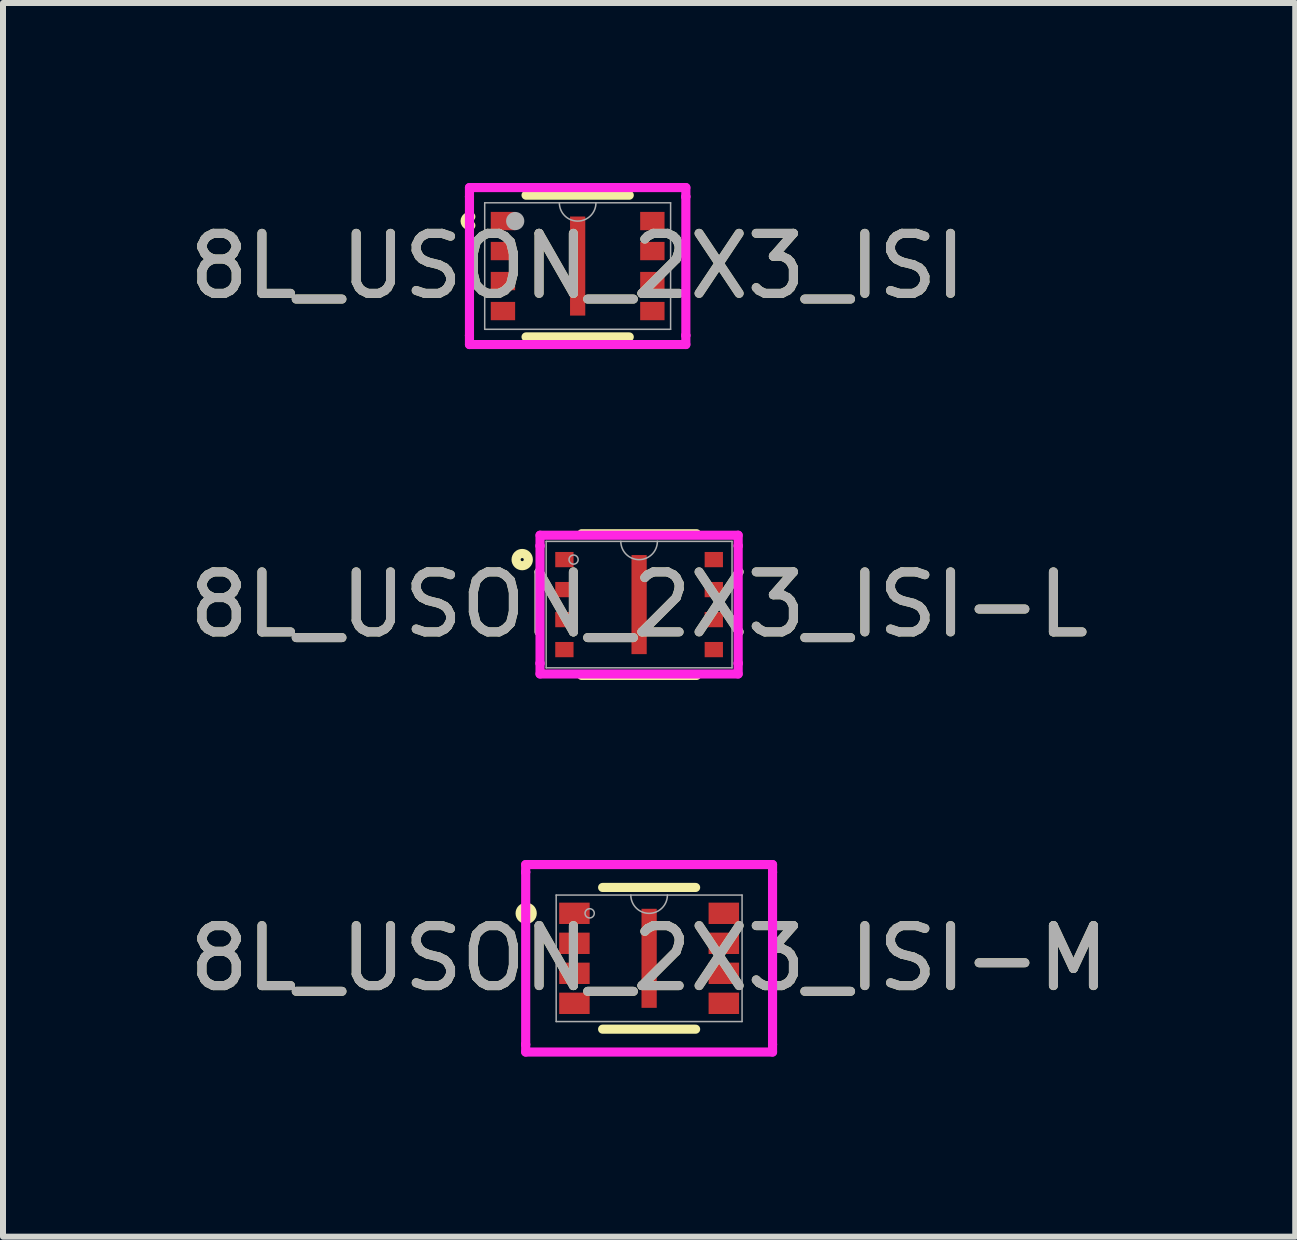
<source format=kicad_pcb>
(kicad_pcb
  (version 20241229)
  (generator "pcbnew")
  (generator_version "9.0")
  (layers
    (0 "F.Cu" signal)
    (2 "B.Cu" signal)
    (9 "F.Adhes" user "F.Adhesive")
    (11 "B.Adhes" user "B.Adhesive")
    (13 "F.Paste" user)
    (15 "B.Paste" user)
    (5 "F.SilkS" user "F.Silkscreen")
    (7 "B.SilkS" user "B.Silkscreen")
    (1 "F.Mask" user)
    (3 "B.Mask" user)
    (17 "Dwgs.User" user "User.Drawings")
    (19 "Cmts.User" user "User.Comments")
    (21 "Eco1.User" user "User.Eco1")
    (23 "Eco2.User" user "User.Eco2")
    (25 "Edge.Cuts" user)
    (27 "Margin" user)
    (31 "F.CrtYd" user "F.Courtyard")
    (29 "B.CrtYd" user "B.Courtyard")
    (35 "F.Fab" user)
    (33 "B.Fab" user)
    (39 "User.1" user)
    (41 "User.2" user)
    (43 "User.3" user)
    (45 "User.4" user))
  (footprint "8L_USON_2X3_ISI"
    (layer "F.Cu")
    (at 6.577 1.384)
    (property "Reference" "8L_USON_2X3_ISI" (at 0 0 0) (unlocked yes) (layer "F.SilkS") (effects (font (size 1 1) (thickness 0.15))))
    (attr smd)
    (fp_line (start -0.86 1.181) (end 0.86 1.181) (stroke (width 0.152) (type solid)) (layer "F.SilkS"))
    (fp_line (start 0.86 -1.181) (end -0.86 -1.181) (stroke (width 0.152) (type solid)) (layer "F.SilkS"))
    (fp_arc (start -1.78054 -0.676171) (mid -1.8756 -0.75) (end -1.78054 -0.823829) (stroke (width 0.1524) (type solid)) (layer "F.SilkS"))
    (fp_line (start -1.803 -1.308) (end 1.803 -1.308) (stroke (width 0.152) (type solid)) (layer "F.CrtYd"))
    (fp_line (start -1.803 -1.156) (end -1.803 -1.308) (stroke (width 0.152) (type solid)) (layer "F.CrtYd"))
    (fp_line (start -1.803 -1.156) (end -1.803 -1.156) (stroke (width 0.152) (type solid)) (layer "F.CrtYd"))
    (fp_line (start -1.803 1.156) (end -1.803 -1.156) (stroke (width 0.152) (type solid)) (layer "F.CrtYd"))
    (fp_line (start -1.803 1.156) (end -1.803 1.156) (stroke (width 0.152) (type solid)) (layer "F.CrtYd"))
    (fp_line (start -1.803 1.308) (end -1.803 1.156) (stroke (width 0.152) (type solid)) (layer "F.CrtYd"))
    (fp_line (start 1.803 -1.308) (end 1.803 -1.156) (stroke (width 0.152) (type solid)) (layer "F.CrtYd"))
    (fp_line (start 1.803 -1.156) (end 1.803 -1.156) (stroke (width 0.152) (type solid)) (layer "F.CrtYd"))
    (fp_line (start 1.803 -1.156) (end 1.803 1.156) (stroke (width 0.152) (type solid)) (layer "F.CrtYd"))
    (fp_line (start 1.803 1.156) (end 1.803 1.156) (stroke (width 0.152) (type solid)) (layer "F.CrtYd"))
    (fp_line (start 1.803 1.156) (end 1.803 1.308) (stroke (width 0.152) (type solid)) (layer "F.CrtYd"))
    (fp_line (start 1.803 1.308) (end -1.803 1.308) (stroke (width 0.152) (type solid)) (layer "F.CrtYd"))
    (fp_line (start -1.549 -1.054) (end -1.549 1.054) (stroke (width 0.025) (type solid)) (layer "F.Fab"))
    (fp_line (start -1.549 1.054) (end 1.549 1.054) (stroke (width 0.025) (type solid)) (layer "F.Fab"))
    (fp_line (start 1.549 -1.054) (end -1.549 -1.054) (stroke (width 0.025) (type solid)) (layer "F.Fab"))
    (fp_line (start 1.549 1.054) (end 1.549 -1.054) (stroke (width 0.025) (type solid)) (layer "F.Fab"))
    (fp_arc (start 0.3048 -1.0541) (mid 0 -0.7493) (end -0.3048 -1.0541) (stroke (width 0.0254) (type solid)) (layer "F.Fab"))
    (fp_circle (center -1.041 -0.75) (end -1.041 -0.75) (stroke (width 0.152) (type solid)) (fill no) (layer "F.Fab"))
    (fp_text user "${REFERENCE}" (at 0 0 0) (unlocked yes) (layer "F.Fab") (effects (font (size 1 1) (thickness 0.15))))
    (pad "1" smd rect (at -1.245 -0.75) (size 0.406 0.305) (layers "F.Cu" "F.Mask" "F.Paste"))
    (pad "2" smd rect (at -1.245 -0.25) (size 0.406 0.305) (layers "F.Cu" "F.Mask" "F.Paste"))
    (pad "3" smd rect (at -1.245 0.25) (size 0.406 0.305) (layers "F.Cu" "F.Mask" "F.Paste"))
    (pad "4" smd rect (at -1.245 0.75) (size 0.406 0.305) (layers "F.Cu" "F.Mask" "F.Paste"))
    (pad "5" smd rect (at 1.245 0.75) (size 0.406 0.305) (layers "F.Cu" "F.Mask" "F.Paste"))
    (pad "6" smd rect (at 1.245 0.25) (size 0.406 0.305) (layers "F.Cu" "F.Mask" "F.Paste"))
    (pad "7" smd rect (at 1.245 -0.25) (size 0.406 0.305) (layers "F.Cu" "F.Mask" "F.Paste"))
    (pad "8" smd rect (at 1.245 -0.75) (size 0.406 0.305) (layers "F.Cu" "F.Mask" "F.Paste"))
    (pad "9" smd rect (at 0 0) (size 0.254 1.651) (layers "F.Cu" "F.Mask" "F.Paste")))
  (footprint "8L_USON_2X3_ISI-M"
    (layer "F.Cu")
    (at 7.768 12.921)
    (property "Reference" "8L_USON_2X3_ISI-M" (at 0 0 0) (unlocked yes) (layer "F.SilkS") (effects (font (size 1 1) (thickness 0.15))))
    (attr smd)
    (fp_line (start -0.775 1.181) (end 0.775 1.181) (stroke (width 0.152) (type solid)) (layer "F.SilkS"))
    (fp_line (start 0.775 -1.181) (end -0.775 -1.181) (stroke (width 0.152) (type solid)) (layer "F.SilkS"))
    (fp_circle (center -2.049 -0.75) (end -1.948 -0.75) (stroke (width 0.152) (type solid)) (fill no) (layer "F.SilkS"))
    (fp_line (start -2.057 -1.562) (end 2.057 -1.562) (stroke (width 0.152) (type solid)) (layer "F.CrtYd"))
    (fp_line (start -2.057 -1.436) (end -2.057 -1.562) (stroke (width 0.152) (type solid)) (layer "F.CrtYd"))
    (fp_line (start -2.057 -1.436) (end -2.057 -1.436) (stroke (width 0.152) (type solid)) (layer "F.CrtYd"))
    (fp_line (start -2.057 1.436) (end -2.057 -1.436) (stroke (width 0.152) (type solid)) (layer "F.CrtYd"))
    (fp_line (start -2.057 1.436) (end -2.057 1.436) (stroke (width 0.152) (type solid)) (layer "F.CrtYd"))
    (fp_line (start -2.057 1.562) (end -2.057 1.436) (stroke (width 0.152) (type solid)) (layer "F.CrtYd"))
    (fp_line (start 2.057 -1.562) (end 2.057 -1.436) (stroke (width 0.152) (type solid)) (layer "F.CrtYd"))
    (fp_line (start 2.057 -1.436) (end 2.057 -1.436) (stroke (width 0.152) (type solid)) (layer "F.CrtYd"))
    (fp_line (start 2.057 -1.436) (end 2.057 1.436) (stroke (width 0.152) (type solid)) (layer "F.CrtYd"))
    (fp_line (start 2.057 1.436) (end 2.057 1.436) (stroke (width 0.152) (type solid)) (layer "F.CrtYd"))
    (fp_line (start 2.057 1.436) (end 2.057 1.562) (stroke (width 0.152) (type solid)) (layer "F.CrtYd"))
    (fp_line (start 2.057 1.562) (end -2.057 1.562) (stroke (width 0.152) (type solid)) (layer "F.CrtYd"))
    (fp_line (start -1.549 -1.054) (end -1.549 1.054) (stroke (width 0.025) (type solid)) (layer "F.Fab"))
    (fp_line (start -1.549 1.054) (end 1.549 1.054) (stroke (width 0.025) (type solid)) (layer "F.Fab"))
    (fp_line (start 1.549 -1.054) (end -1.549 -1.054) (stroke (width 0.025) (type solid)) (layer "F.Fab"))
    (fp_line (start 1.549 1.054) (end 1.549 -1.054) (stroke (width 0.025) (type solid)) (layer "F.Fab"))
    (fp_arc (start 0.3048 -1.0541) (mid 0 -0.7493) (end -0.3048 -1.0541) (stroke (width 0.0254) (type solid)) (layer "F.Fab"))
    (fp_circle (center -0.991 -0.75) (end -0.914 -0.75) (stroke (width 0.025) (type solid)) (fill no) (layer "F.Fab"))
    (fp_text user "${REFERENCE}" (at 0 0 0) (unlocked yes) (layer "F.Fab") (effects (font (size 1 1) (thickness 0.15))))
    (pad "1" smd rect (at -1.245 -0.75) (size 0.508 0.356) (layers "F.Cu" "F.Mask" "F.Paste"))
    (pad "2" smd rect (at -1.245 -0.25) (size 0.508 0.356) (layers "F.Cu" "F.Mask" "F.Paste"))
    (pad "3" smd rect (at -1.245 0.25) (size 0.508 0.356) (layers "F.Cu" "F.Mask" "F.Paste"))
    (pad "4" smd rect (at -1.245 0.75) (size 0.508 0.356) (layers "F.Cu" "F.Mask" "F.Paste"))
    (pad "5" smd rect (at 1.245 0.75) (size 0.508 0.356) (layers "F.Cu" "F.Mask" "F.Paste"))
    (pad "6" smd rect (at 1.245 0.25) (size 0.508 0.356) (layers "F.Cu" "F.Mask" "F.Paste"))
    (pad "7" smd rect (at 1.245 -0.25) (size 0.508 0.356) (layers "F.Cu" "F.Mask" "F.Paste"))
    (pad "8" smd rect (at 1.245 -0.75) (size 0.508 0.356) (layers "F.Cu" "F.Mask" "F.Paste"))
    (pad "9" smd rect (at 0 0) (size 0.254 1.651) (layers "F.Cu" "F.Mask" "F.Paste")))
  (footprint "8L_USON_2X3_ISI-L"
    (layer "F.Cu")
    (at 7.601 7.026)
    (property "Reference" "8L_USON_2X3_ISI-L" (at 0 0 0) (unlocked yes) (layer "F.SilkS") (effects (font (size 1 1) (thickness 0.15))))
    (attr smd)
    (fp_line (start -0.957 1.181) (end 0.957 1.181) (stroke (width 0.152) (type solid)) (layer "F.SilkS"))
    (fp_line (start 0.957 -1.181) (end -0.957 -1.181) (stroke (width 0.152) (type solid)) (layer "F.SilkS"))
    (fp_circle (center -1.948 -0.75) (end -1.846 -0.75) (stroke (width 0.152) (type solid)) (fill no) (layer "F.SilkS"))
    (fp_line (start -1.651 -1.156) (end 1.651 -1.156) (stroke (width 0.152) (type solid)) (layer "F.CrtYd"))
    (fp_line (start -1.651 -0.979) (end -1.651 -1.156) (stroke (width 0.152) (type solid)) (layer "F.CrtYd"))
    (fp_line (start -1.651 -0.979) (end -1.651 -0.979) (stroke (width 0.152) (type solid)) (layer "F.CrtYd"))
    (fp_line (start -1.651 0.979) (end -1.651 -0.979) (stroke (width 0.152) (type solid)) (layer "F.CrtYd"))
    (fp_line (start -1.651 0.979) (end -1.651 0.979) (stroke (width 0.152) (type solid)) (layer "F.CrtYd"))
    (fp_line (start -1.651 1.156) (end -1.651 0.979) (stroke (width 0.152) (type solid)) (layer "F.CrtYd"))
    (fp_line (start 1.651 -1.156) (end 1.651 -0.979) (stroke (width 0.152) (type solid)) (layer "F.CrtYd"))
    (fp_line (start 1.651 -0.979) (end 1.651 -0.979) (stroke (width 0.152) (type solid)) (layer "F.CrtYd"))
    (fp_line (start 1.651 -0.979) (end 1.651 0.979) (stroke (width 0.152) (type solid)) (layer "F.CrtYd"))
    (fp_line (start 1.651 0.979) (end 1.651 0.979) (stroke (width 0.152) (type solid)) (layer "F.CrtYd"))
    (fp_line (start 1.651 0.979) (end 1.651 1.156) (stroke (width 0.152) (type solid)) (layer "F.CrtYd"))
    (fp_line (start 1.651 1.156) (end -1.651 1.156) (stroke (width 0.152) (type solid)) (layer "F.CrtYd"))
    (fp_line (start -1.549 -1.054) (end -1.549 1.054) (stroke (width 0.025) (type solid)) (layer "F.Fab"))
    (fp_line (start -1.549 1.054) (end 1.549 1.054) (stroke (width 0.025) (type solid)) (layer "F.Fab"))
    (fp_line (start 1.549 -1.054) (end -1.549 -1.054) (stroke (width 0.025) (type solid)) (layer "F.Fab"))
    (fp_line (start 1.549 1.054) (end 1.549 -1.054) (stroke (width 0.025) (type solid)) (layer "F.Fab"))
    (fp_arc (start 0.3048 -1.0541) (mid 0 -0.7493) (end -0.3048 -1.0541) (stroke (width 0.0254) (type solid)) (layer "F.Fab"))
    (fp_circle (center -1.092 -0.75) (end -1.016 -0.75) (stroke (width 0.025) (type solid)) (fill no) (layer "F.Fab"))
    (fp_text user "${REFERENCE}" (at 0 0 0) (unlocked yes) (layer "F.Fab") (effects (font (size 1 1) (thickness 0.15))))
    (pad "1" smd rect (at -1.245 -0.75) (size 0.305 0.254) (layers "F.Cu" "F.Mask" "F.Paste"))
    (pad "2" smd rect (at -1.245 -0.25) (size 0.305 0.254) (layers "F.Cu" "F.Mask" "F.Paste"))
    (pad "3" smd rect (at -1.245 0.25) (size 0.305 0.254) (layers "F.Cu" "F.Mask" "F.Paste"))
    (pad "4" smd rect (at -1.245 0.75) (size 0.305 0.254) (layers "F.Cu" "F.Mask" "F.Paste"))
    (pad "5" smd rect (at 1.245 0.75) (size 0.305 0.254) (layers "F.Cu" "F.Mask" "F.Paste"))
    (pad "6" smd rect (at 1.245 0.25) (size 0.305 0.254) (layers "F.Cu" "F.Mask" "F.Paste"))
    (pad "7" smd rect (at 1.245 -0.25) (size 0.305 0.254) (layers "F.Cu" "F.Mask" "F.Paste"))
    (pad "8" smd rect (at 1.245 -0.75) (size 0.305 0.254) (layers "F.Cu" "F.Mask" "F.Paste"))
    (pad "9" smd rect (at 0 0) (size 0.254 1.651) (layers "F.Cu" "F.Mask" "F.Paste")))
  (gr_rect
    (start -3 -3)
    (end 18.536 17.56)
    (stroke (width 0.1) (type default))
    (fill no)
    (layer "Edge.Cuts")))
</source>
